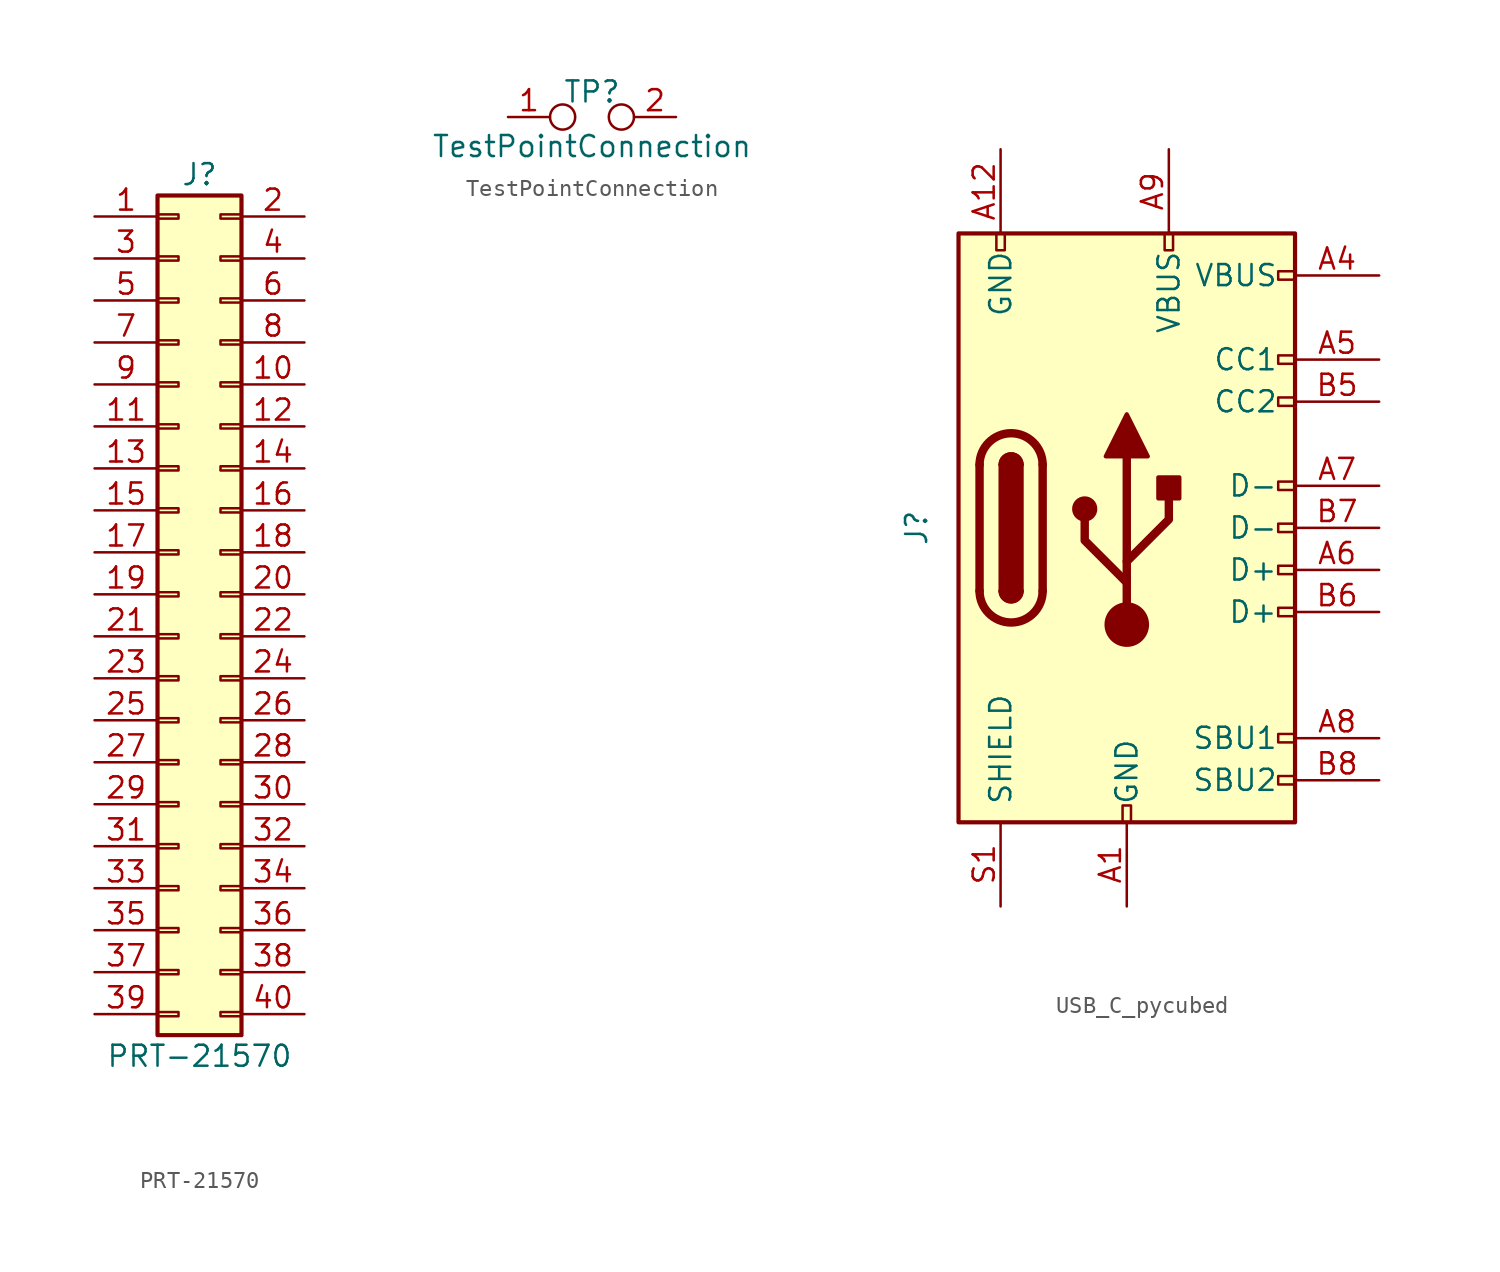
<source format=kicad_sym>
(kicad_symbol_lib
  (version 20241209)
  (generator "kicad_symbol_editor")
  (generator_version "9.0")
  (symbol "PRT-21570"
    (pin_names
      (offset 1.016)
      (hide yes))
    (property "Reference" "J"
      (at 1.27 25.4 0)
      (effects (font (size 1.27 1.27))))
    (property "Value" "PRT-21570"
      (at 1.27 -27.94 0)
      (effects (font (size 1.27 1.27))))
    (symbol "PRT-21570_1_1"
      (rectangle (start -1.27 24.13) (end 3.81 -26.67) (stroke (width 0.254) (type default)) (fill (type background)))
      (rectangle (start -1.27 22.987) (end 0 22.733) (stroke (width 0.152) (type default)) (fill (type none)))
      (rectangle (start -1.27 20.447) (end 0 20.193) (stroke (width 0.152) (type default)) (fill (type none)))
      (rectangle (start -1.27 17.907) (end 0 17.653) (stroke (width 0.152) (type default)) (fill (type none)))
      (rectangle (start -1.27 15.367) (end 0 15.113) (stroke (width 0.152) (type default)) (fill (type none)))
      (rectangle (start -1.27 12.827) (end 0 12.573) (stroke (width 0.152) (type default)) (fill (type none)))
      (rectangle (start -1.27 10.287) (end 0 10.033) (stroke (width 0.152) (type default)) (fill (type none)))
      (rectangle (start -1.27 7.747) (end 0 7.493) (stroke (width 0.152) (type default)) (fill (type none)))
      (rectangle (start -1.27 5.207) (end 0 4.953) (stroke (width 0.152) (type default)) (fill (type none)))
      (rectangle (start -1.27 2.667) (end 0 2.413) (stroke (width 0.152) (type default)) (fill (type none)))
      (rectangle (start -1.27 0.127) (end 0 -0.127) (stroke (width 0.152) (type default)) (fill (type none)))
      (rectangle (start -1.27 -2.413) (end 0 -2.667) (stroke (width 0.152) (type default)) (fill (type none)))
      (rectangle (start -1.27 -4.953) (end 0 -5.207) (stroke (width 0.152) (type default)) (fill (type none)))
      (rectangle (start -1.27 -7.493) (end 0 -7.747) (stroke (width 0.152) (type default)) (fill (type none)))
      (rectangle (start -1.27 -10.033) (end 0 -10.287) (stroke (width 0.152) (type default)) (fill (type none)))
      (rectangle (start -1.27 -12.573) (end 0 -12.827) (stroke (width 0.152) (type default)) (fill (type none)))
      (rectangle (start -1.27 -15.113) (end 0 -15.367) (stroke (width 0.152) (type default)) (fill (type none)))
      (rectangle (start -1.27 -17.653) (end 0 -17.907) (stroke (width 0.152) (type default)) (fill (type none)))
      (rectangle (start -1.27 -20.193) (end 0 -20.447) (stroke (width 0.152) (type default)) (fill (type none)))
      (rectangle (start -1.27 -22.733) (end 0 -22.987) (stroke (width 0.152) (type default)) (fill (type none)))
      (rectangle (start -1.27 -25.273) (end 0 -25.527) (stroke (width 0.152) (type default)) (fill (type none)))
      (rectangle (start 3.81 22.987) (end 2.54 22.733) (stroke (width 0.152) (type default)) (fill (type none)))
      (rectangle (start 3.81 20.447) (end 2.54 20.193) (stroke (width 0.152) (type default)) (fill (type none)))
      (rectangle (start 3.81 17.907) (end 2.54 17.653) (stroke (width 0.152) (type default)) (fill (type none)))
      (rectangle (start 3.81 15.367) (end 2.54 15.113) (stroke (width 0.152) (type default)) (fill (type none)))
      (rectangle (start 3.81 12.827) (end 2.54 12.573) (stroke (width 0.152) (type default)) (fill (type none)))
      (rectangle (start 3.81 10.287) (end 2.54 10.033) (stroke (width 0.152) (type default)) (fill (type none)))
      (rectangle (start 3.81 7.747) (end 2.54 7.493) (stroke (width 0.152) (type default)) (fill (type none)))
      (rectangle (start 3.81 5.207) (end 2.54 4.953) (stroke (width 0.152) (type default)) (fill (type none)))
      (rectangle (start 3.81 2.667) (end 2.54 2.413) (stroke (width 0.152) (type default)) (fill (type none)))
      (rectangle (start 3.81 0.127) (end 2.54 -0.127) (stroke (width 0.152) (type default)) (fill (type none)))
      (rectangle (start 3.81 -2.413) (end 2.54 -2.667) (stroke (width 0.152) (type default)) (fill (type none)))
      (rectangle (start 3.81 -4.953) (end 2.54 -5.207) (stroke (width 0.152) (type default)) (fill (type none)))
      (rectangle (start 3.81 -7.493) (end 2.54 -7.747) (stroke (width 0.152) (type default)) (fill (type none)))
      (rectangle (start 3.81 -10.033) (end 2.54 -10.287) (stroke (width 0.152) (type default)) (fill (type none)))
      (rectangle (start 3.81 -12.573) (end 2.54 -12.827) (stroke (width 0.152) (type default)) (fill (type none)))
      (rectangle (start 3.81 -15.113) (end 2.54 -15.367) (stroke (width 0.152) (type default)) (fill (type none)))
      (rectangle (start 3.81 -17.653) (end 2.54 -17.907) (stroke (width 0.152) (type default)) (fill (type none)))
      (rectangle (start 3.81 -20.193) (end 2.54 -20.447) (stroke (width 0.152) (type default)) (fill (type none)))
      (rectangle (start 3.81 -22.733) (end 2.54 -22.987) (stroke (width 0.152) (type default)) (fill (type none)))
      (rectangle (start 3.81 -25.273) (end 2.54 -25.527) (stroke (width 0.152) (type default)) (fill (type none)))
      (pin passive line (at -5.08 22.86 0) (length 3.81) (name "Pin_1" (effects (font (size 1.27 1.27)))) (number "1" (effects (font (size 1.27 1.27)))))
      (pin passive line (at -5.08 20.32 0) (length 3.81) (name "Pin_3" (effects (font (size 1.27 1.27)))) (number "3" (effects (font (size 1.27 1.27)))))
      (pin passive line (at -5.08 17.78 0) (length 3.81) (name "Pin_5" (effects (font (size 1.27 1.27)))) (number "5" (effects (font (size 1.27 1.27)))))
      (pin passive line (at -5.08 15.24 0) (length 3.81) (name "Pin_7" (effects (font (size 1.27 1.27)))) (number "7" (effects (font (size 1.27 1.27)))))
      (pin passive line (at -5.08 12.7 0) (length 3.81) (name "Pin_9" (effects (font (size 1.27 1.27)))) (number "9" (effects (font (size 1.27 1.27)))))
      (pin passive line (at -5.08 10.16 0) (length 3.81) (name "Pin_11" (effects (font (size 1.27 1.27)))) (number "11" (effects (font (size 1.27 1.27)))))
      (pin passive line (at -5.08 7.62 0) (length 3.81) (name "Pin_13" (effects (font (size 1.27 1.27)))) (number "13" (effects (font (size 1.27 1.27)))))
      (pin passive line (at -5.08 5.08 0) (length 3.81) (name "Pin_15" (effects (font (size 1.27 1.27)))) (number "15" (effects (font (size 1.27 1.27)))))
      (pin passive line (at -5.08 2.54 0) (length 3.81) (name "Pin_17" (effects (font (size 1.27 1.27)))) (number "17" (effects (font (size 1.27 1.27)))))
      (pin passive line (at -5.08 0 0) (length 3.81) (name "Pin_19" (effects (font (size 1.27 1.27)))) (number "19" (effects (font (size 1.27 1.27)))))
      (pin passive line (at -5.08 -2.54 0) (length 3.81) (name "Pin_21" (effects (font (size 1.27 1.27)))) (number "21" (effects (font (size 1.27 1.27)))))
      (pin passive line (at -5.08 -5.08 0) (length 3.81) (name "Pin_23" (effects (font (size 1.27 1.27)))) (number "23" (effects (font (size 1.27 1.27)))))
      (pin passive line (at -5.08 -7.62 0) (length 3.81) (name "Pin_25" (effects (font (size 1.27 1.27)))) (number "25" (effects (font (size 1.27 1.27)))))
      (pin passive line (at -5.08 -10.16 0) (length 3.81) (name "Pin_27" (effects (font (size 1.27 1.27)))) (number "27" (effects (font (size 1.27 1.27)))))
      (pin passive line (at -5.08 -12.7 0) (length 3.81) (name "Pin_29" (effects (font (size 1.27 1.27)))) (number "29" (effects (font (size 1.27 1.27)))))
      (pin passive line (at -5.08 -15.24 0) (length 3.81) (name "Pin_31" (effects (font (size 1.27 1.27)))) (number "31" (effects (font (size 1.27 1.27)))))
      (pin passive line (at -5.08 -17.78 0) (length 3.81) (name "Pin_33" (effects (font (size 1.27 1.27)))) (number "33" (effects (font (size 1.27 1.27)))))
      (pin passive line (at -5.08 -20.32 0) (length 3.81) (name "Pin_35" (effects (font (size 1.27 1.27)))) (number "35" (effects (font (size 1.27 1.27)))))
      (pin passive line (at -5.08 -22.86 0) (length 3.81) (name "Pin_37" (effects (font (size 1.27 1.27)))) (number "37" (effects (font (size 1.27 1.27)))))
      (pin passive line (at -5.08 -25.4 0) (length 3.81) (name "Pin_39" (effects (font (size 1.27 1.27)))) (number "39" (effects (font (size 1.27 1.27)))))
      (pin passive line (at 7.62 22.86 180) (length 3.81) (name "Pin_2" (effects (font (size 1.27 1.27)))) (number "2" (effects (font (size 1.27 1.27)))))
      (pin passive line (at 7.62 20.32 180) (length 3.81) (name "Pin_4" (effects (font (size 1.27 1.27)))) (number "4" (effects (font (size 1.27 1.27)))))
      (pin passive line (at 7.62 17.78 180) (length 3.81) (name "Pin_6" (effects (font (size 1.27 1.27)))) (number "6" (effects (font (size 1.27 1.27)))))
      (pin passive line (at 7.62 15.24 180) (length 3.81) (name "Pin_8" (effects (font (size 1.27 1.27)))) (number "8" (effects (font (size 1.27 1.27)))))
      (pin passive line (at 7.62 12.7 180) (length 3.81) (name "Pin_10" (effects (font (size 1.27 1.27)))) (number "10" (effects (font (size 1.27 1.27)))))
      (pin passive line (at 7.62 10.16 180) (length 3.81) (name "Pin_12" (effects (font (size 1.27 1.27)))) (number "12" (effects (font (size 1.27 1.27)))))
      (pin passive line (at 7.62 7.62 180) (length 3.81) (name "Pin_14" (effects (font (size 1.27 1.27)))) (number "14" (effects (font (size 1.27 1.27)))))
      (pin passive line (at 7.62 5.08 180) (length 3.81) (name "Pin_16" (effects (font (size 1.27 1.27)))) (number "16" (effects (font (size 1.27 1.27)))))
      (pin passive line (at 7.62 2.54 180) (length 3.81) (name "Pin_18" (effects (font (size 1.27 1.27)))) (number "18" (effects (font (size 1.27 1.27)))))
      (pin passive line (at 7.62 0 180) (length 3.81) (name "Pin_20" (effects (font (size 1.27 1.27)))) (number "20" (effects (font (size 1.27 1.27)))))
      (pin passive line (at 7.62 -2.54 180) (length 3.81) (name "Pin_22" (effects (font (size 1.27 1.27)))) (number "22" (effects (font (size 1.27 1.27)))))
      (pin passive line (at 7.62 -5.08 180) (length 3.81) (name "Pin_24" (effects (font (size 1.27 1.27)))) (number "24" (effects (font (size 1.27 1.27)))))
      (pin passive line (at 7.62 -7.62 180) (length 3.81) (name "Pin_26" (effects (font (size 1.27 1.27)))) (number "26" (effects (font (size 1.27 1.27)))))
      (pin passive line (at 7.62 -10.16 180) (length 3.81) (name "Pin_28" (effects (font (size 1.27 1.27)))) (number "28" (effects (font (size 1.27 1.27)))))
      (pin passive line (at 7.62 -12.7 180) (length 3.81) (name "Pin_30" (effects (font (size 1.27 1.27)))) (number "30" (effects (font (size 1.27 1.27)))))
      (pin passive line (at 7.62 -15.24 180) (length 3.81) (name "Pin_32" (effects (font (size 1.27 1.27)))) (number "32" (effects (font (size 1.27 1.27)))))
      (pin passive line (at 7.62 -17.78 180) (length 3.81) (name "Pin_34" (effects (font (size 1.27 1.27)))) (number "34" (effects (font (size 1.27 1.27)))))
      (pin passive line (at 7.62 -20.32 180) (length 3.81) (name "Pin_36" (effects (font (size 1.27 1.27)))) (number "36" (effects (font (size 1.27 1.27)))))
      (pin passive line (at 7.62 -22.86 180) (length 3.81) (name "Pin_38" (effects (font (size 1.27 1.27)))) (number "38" (effects (font (size 1.27 1.27)))))
      (pin passive line (at 7.62 -25.4 180) (length 3.81) (name "Pin_40" (effects (font (size 1.27 1.27)))) (number "40" (effects (font (size 1.27 1.27)))))))
  (symbol "TestPointConnection"
    (pin_names
      (offset 0.762)
      (hide yes))
    (property "Reference" "TP"
      (at 0 1.524 0)
      (effects (font (size 1.27 1.27))))
    (property "Value" "TestPointConnection"
      (at 0 -1.778 0)
      (effects (font (size 1.27 1.27))))
    (symbol "TestPointConnection_0_1"
      (circle (center -1.778 0) (radius 0.762) (stroke (width 0) (type default)) (fill (type none)))
      (circle (center 1.778 0) (radius 0.762) (stroke (width 0) (type default)) (fill (type none)))
      (pin passive line (at -5.08 0 0) (length 2.54) (name "1" (effects (font (size 1.27 1.27)))) (number "1" (effects (font (size 1.27 1.27)))))
      (pin passive line (at 5.08 0 180) (length 2.54) (name "2" (effects (font (size 1.27 1.27)))) (number "2" (effects (font (size 1.27 1.27)))))))
  (symbol "USB_C_pycubed"
    (pin_names
      (offset 1.016))
    (property "Reference" "J"
      (at -12.7 0 90)
      (effects (font (size 1.27 1.27))))
    (symbol "USB_C_pycubed_1_1"
      (rectangle (start -10.16 17.78) (end 10.16 -17.78) (stroke (width 0.254) (type default)) (fill (type background)))
      (polyline (pts (xy -8.89 -3.81) (xy -8.89 3.81)) (stroke (width 0.508) (type default)) (fill (type none)))
      (rectangle (start -7.874 17.78) (end -7.366 16.764) (stroke (width 0) (type default)) (fill (type none)))
      (rectangle (start -7.62 -3.81) (end -6.35 3.81) (stroke (width 0.254) (type default)) (fill (type outline)))
      (arc (start -7.62 3.81) (mid -6.985 4.4423) (end -6.35 3.81) (stroke (width 0.254) (type default)) (fill (type none)))
      (arc (start -7.62 3.81) (mid -6.985 4.4423) (end -6.35 3.81) (stroke (width 0.254) (type default)) (fill (type outline)))
      (arc (start -8.89 3.81) (mid -6.985 5.7067) (end -5.08 3.81) (stroke (width 0.508) (type default)) (fill (type none)))
      (arc (start -5.08 -3.81) (mid -6.985 -5.7067) (end -8.89 -3.81) (stroke (width 0.508) (type default)) (fill (type none)))
      (arc (start -6.35 -3.81) (mid -6.985 -4.4423) (end -7.62 -3.81) (stroke (width 0.254) (type default)) (fill (type none)))
      (arc (start -6.35 -3.81) (mid -6.985 -4.4423) (end -7.62 -3.81) (stroke (width 0.254) (type default)) (fill (type outline)))
      (polyline (pts (xy -5.08 3.81) (xy -5.08 -3.81)) (stroke (width 0.508) (type default)) (fill (type none)))
      (circle (center -2.54 1.143) (radius 0.635) (stroke (width 0.254) (type default)) (fill (type outline)))
      (polyline (pts (xy -1.27 4.318) (xy 0 6.858) (xy 1.27 4.318) (xy -1.27 4.318)) (stroke (width 0.254) (type default)) (fill (type outline)))
      (rectangle (start -0.254 -17.78) (end 0.254 -16.764) (stroke (width 0) (type default)) (fill (type none)))
      (polyline (pts (xy 0 -2.032) (xy 2.54 0.508) (xy 2.54 1.778)) (stroke (width 0.508) (type default)) (fill (type none)))
      (polyline (pts (xy 0 -3.302) (xy -2.54 -0.762) (xy -2.54 0.508)) (stroke (width 0.508) (type default)) (fill (type none)))
      (polyline (pts (xy 0 -5.842) (xy 0 4.318)) (stroke (width 0.508) (type default)) (fill (type none)))
      (circle (center 0 -5.842) (radius 1.27) (stroke (width 0) (type default)) (fill (type outline)))
      (rectangle (start 1.905 1.778) (end 3.175 3.048) (stroke (width 0.254) (type default)) (fill (type outline)))
      (rectangle (start 2.286 17.78) (end 2.794 16.764) (stroke (width 0) (type default)) (fill (type none)))
      (rectangle (start 10.16 15.494) (end 9.144 14.986) (stroke (width 0) (type default)) (fill (type none)))
      (rectangle (start 10.16 10.414) (end 9.144 9.906) (stroke (width 0) (type default)) (fill (type none)))
      (rectangle (start 10.16 7.874) (end 9.144 7.366) (stroke (width 0) (type default)) (fill (type none)))
      (rectangle (start 10.16 2.794) (end 9.144 2.286) (stroke (width 0) (type default)) (fill (type none)))
      (rectangle (start 10.16 0.254) (end 9.144 -0.254) (stroke (width 0) (type default)) (fill (type none)))
      (rectangle (start 10.16 -2.286) (end 9.144 -2.794) (stroke (width 0) (type default)) (fill (type none)))
      (rectangle (start 10.16 -4.826) (end 9.144 -5.334) (stroke (width 0) (type default)) (fill (type none)))
      (rectangle (start 10.16 -12.446) (end 9.144 -12.954) (stroke (width 0) (type default)) (fill (type none)))
      (rectangle (start 10.16 -14.986) (end 9.144 -15.494) (stroke (width 0) (type default)) (fill (type none)))
      (pin passive line (at -7.62 22.86 270) (length 5.08) (name "GND" (effects (font (size 1.27 1.27)))) (number "A12" (effects (font (size 1.27 1.27)))))
      (pin passive line (at -7.62 -22.86 90) (length 5.08) (name "SHIELD" (effects (font (size 1.27 1.27)))) (number "S1" (effects (font (size 1.27 1.27)))))
      (pin passive line (at 0 -22.86 90) (length 5.08) (name "GND" (effects (font (size 1.27 1.27)))) (number "A1" (effects (font (size 1.27 1.27)))))
      (pin passive line (at 2.54 22.86 270) (length 5.08) (name "VBUS" (effects (font (size 1.27 1.27)))) (number "A9" (effects (font (size 1.27 1.27)))))
      (pin passive line (at 15.24 15.24 180) (length 5.08) (name "VBUS" (effects (font (size 1.27 1.27)))) (number "A4" (effects (font (size 1.27 1.27)))))
      (pin bidirectional line (at 15.24 10.16 180) (length 5.08) (name "CC1" (effects (font (size 1.27 1.27)))) (number "A5" (effects (font (size 1.27 1.27)))))
      (pin bidirectional line (at 15.24 7.62 180) (length 5.08) (name "CC2" (effects (font (size 1.27 1.27)))) (number "B5" (effects (font (size 1.27 1.27)))))
      (pin bidirectional line (at 15.24 2.54 180) (length 5.08) (name "D-" (effects (font (size 1.27 1.27)))) (number "A7" (effects (font (size 1.27 1.27)))))
      (pin bidirectional line (at 15.24 0 180) (length 5.08) (name "D-" (effects (font (size 1.27 1.27)))) (number "B7" (effects (font (size 1.27 1.27)))))
      (pin bidirectional line (at 15.24 -2.54 180) (length 5.08) (name "D+" (effects (font (size 1.27 1.27)))) (number "A6" (effects (font (size 1.27 1.27)))))
      (pin bidirectional line (at 15.24 -5.08 180) (length 5.08) (name "D+" (effects (font (size 1.27 1.27)))) (number "B6" (effects (font (size 1.27 1.27)))))
      (pin bidirectional line (at 15.24 -12.7 180) (length 5.08) (name "SBU1" (effects (font (size 1.27 1.27)))) (number "A8" (effects (font (size 1.27 1.27)))))
      (pin bidirectional line (at 15.24 -15.24 180) (length 5.08) (name "SBU2" (effects (font (size 1.27 1.27)))) (number "B8" (effects (font (size 1.27 1.27))))))))
</source>
